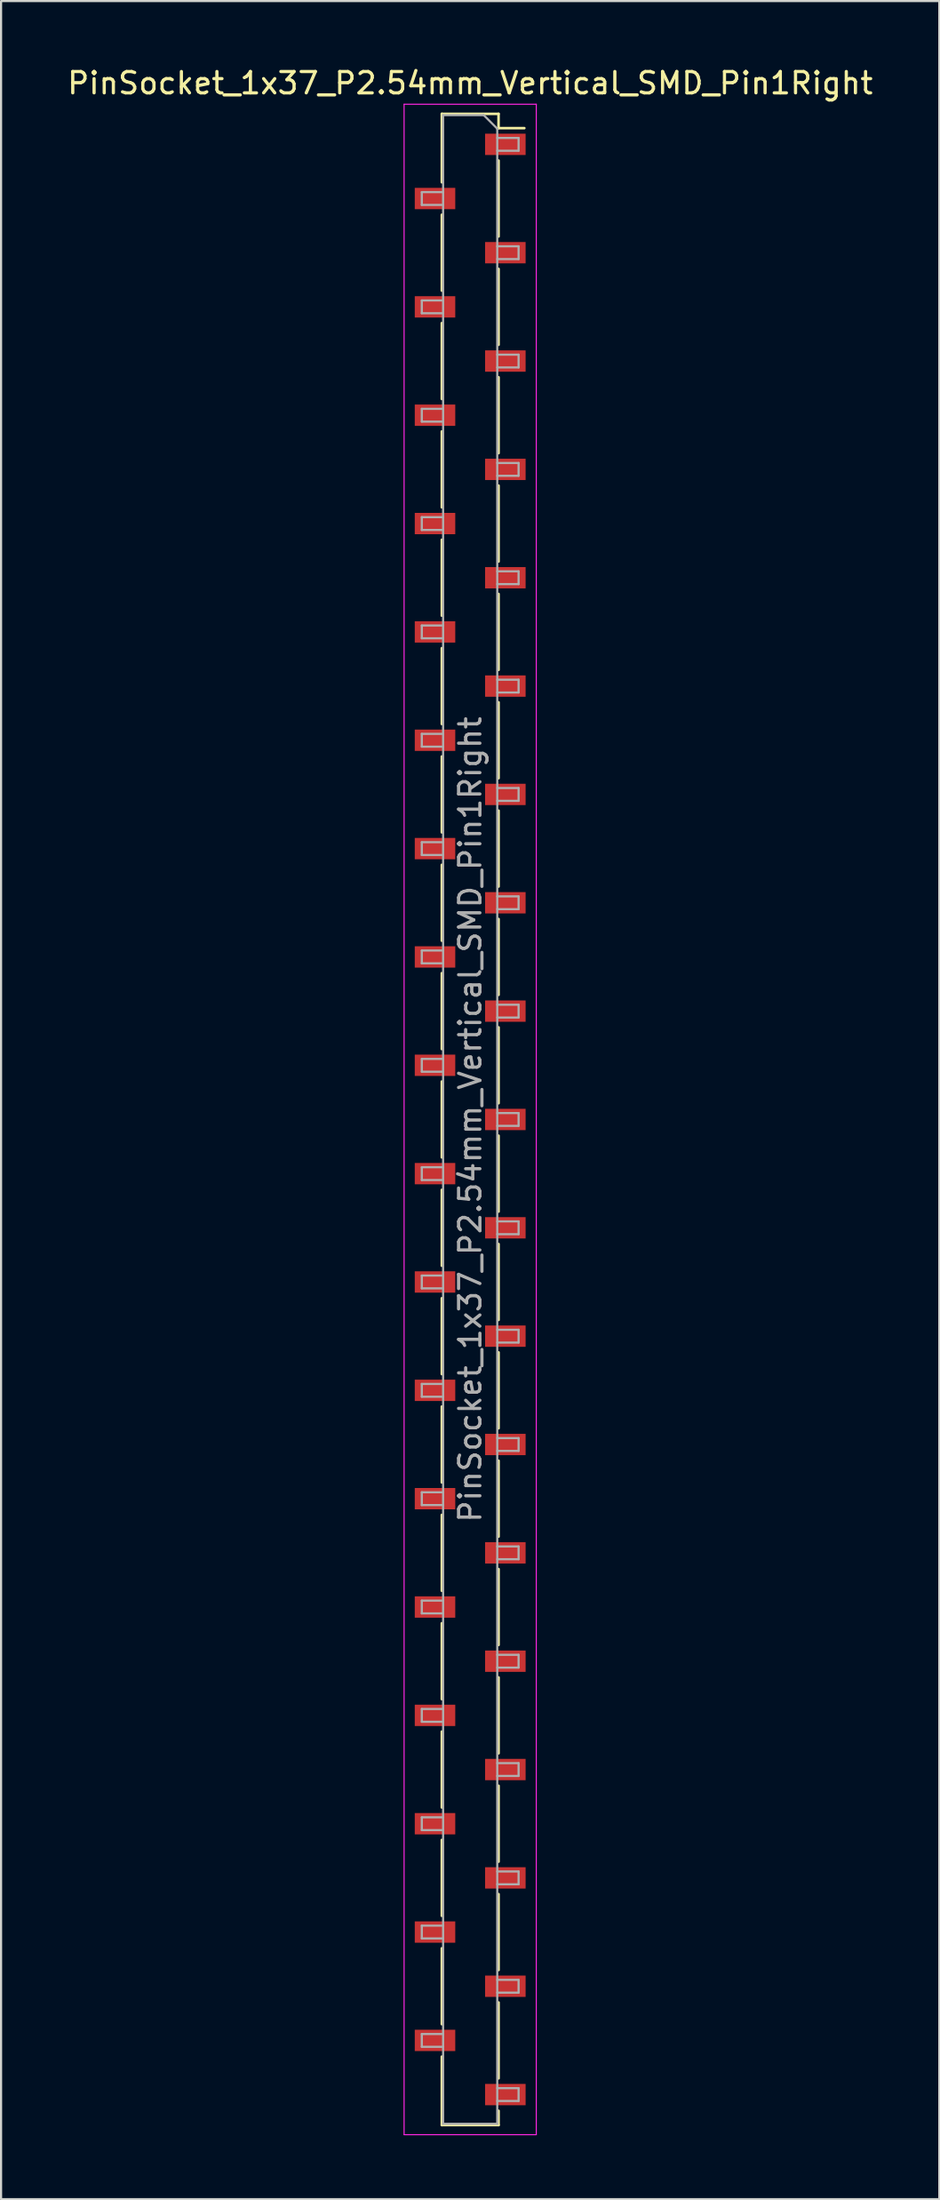
<source format=kicad_pcb>
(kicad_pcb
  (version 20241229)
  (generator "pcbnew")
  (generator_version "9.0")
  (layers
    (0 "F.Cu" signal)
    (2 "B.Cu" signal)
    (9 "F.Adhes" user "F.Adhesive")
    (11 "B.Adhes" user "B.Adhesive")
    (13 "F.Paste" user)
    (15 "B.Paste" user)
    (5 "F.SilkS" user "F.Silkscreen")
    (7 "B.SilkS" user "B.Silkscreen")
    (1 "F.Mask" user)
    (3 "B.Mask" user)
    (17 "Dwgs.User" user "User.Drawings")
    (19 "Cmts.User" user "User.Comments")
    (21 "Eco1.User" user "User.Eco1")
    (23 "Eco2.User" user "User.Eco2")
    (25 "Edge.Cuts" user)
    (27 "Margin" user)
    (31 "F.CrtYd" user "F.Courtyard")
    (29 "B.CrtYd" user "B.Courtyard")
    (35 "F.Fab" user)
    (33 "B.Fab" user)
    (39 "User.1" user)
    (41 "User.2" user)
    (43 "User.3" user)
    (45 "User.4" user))
  (footprint "PinSocket_1x37_P2.54mm_Vertical_SMD_Pin1Right"
    (layer "F.Cu")
    (at 19.006 49.438)
    (property "Reference" "PinSocket_1x37_P2.54mm_Vertical_SMD_Pin1Right" (at 0 -48.59 0) (layer "F.SilkS") (effects (font (size 1 1) (thickness 0.15))))
    (attr smd)
    (fp_line (start -1.33 -47.15) (end -1.33 -43.94) (stroke (width 0.12) (type solid)) (layer "F.SilkS"))
    (fp_line (start -1.33 -47.15) (end 1.33 -47.15) (stroke (width 0.12) (type solid)) (layer "F.SilkS"))
    (fp_line (start -1.33 -42.42) (end -1.33 -38.86) (stroke (width 0.12) (type solid)) (layer "F.SilkS"))
    (fp_line (start -1.33 -37.34) (end -1.33 -33.78) (stroke (width 0.12) (type solid)) (layer "F.SilkS"))
    (fp_line (start -1.33 -32.26) (end -1.33 -28.7) (stroke (width 0.12) (type solid)) (layer "F.SilkS"))
    (fp_line (start -1.33 -27.18) (end -1.33 -23.62) (stroke (width 0.12) (type solid)) (layer "F.SilkS"))
    (fp_line (start -1.33 -22.1) (end -1.33 -18.54) (stroke (width 0.12) (type solid)) (layer "F.SilkS"))
    (fp_line (start -1.33 -17.02) (end -1.33 -13.46) (stroke (width 0.12) (type solid)) (layer "F.SilkS"))
    (fp_line (start -1.33 -11.94) (end -1.33 -8.38) (stroke (width 0.12) (type solid)) (layer "F.SilkS"))
    (fp_line (start -1.33 -6.86) (end -1.33 -3.3) (stroke (width 0.12) (type solid)) (layer "F.SilkS"))
    (fp_line (start -1.33 -1.78) (end -1.33 1.78) (stroke (width 0.12) (type solid)) (layer "F.SilkS"))
    (fp_line (start -1.33 3.3) (end -1.33 6.86) (stroke (width 0.12) (type solid)) (layer "F.SilkS"))
    (fp_line (start -1.33 8.38) (end -1.33 11.94) (stroke (width 0.12) (type solid)) (layer "F.SilkS"))
    (fp_line (start -1.33 13.46) (end -1.33 17.02) (stroke (width 0.12) (type solid)) (layer "F.SilkS"))
    (fp_line (start -1.33 18.54) (end -1.33 22.1) (stroke (width 0.12) (type solid)) (layer "F.SilkS"))
    (fp_line (start -1.33 23.62) (end -1.33 27.18) (stroke (width 0.12) (type solid)) (layer "F.SilkS"))
    (fp_line (start -1.33 28.7) (end -1.33 32.26) (stroke (width 0.12) (type solid)) (layer "F.SilkS"))
    (fp_line (start -1.33 33.78) (end -1.33 37.34) (stroke (width 0.12) (type solid)) (layer "F.SilkS"))
    (fp_line (start -1.33 38.86) (end -1.33 42.42) (stroke (width 0.12) (type solid)) (layer "F.SilkS"))
    (fp_line (start -1.33 43.94) (end -1.33 47.15) (stroke (width 0.12) (type solid)) (layer "F.SilkS"))
    (fp_line (start -1.33 47.15) (end 1.33 47.15) (stroke (width 0.12) (type solid)) (layer "F.SilkS"))
    (fp_line (start 1.33 -47.15) (end 1.33 -46.48) (stroke (width 0.12) (type solid)) (layer "F.SilkS"))
    (fp_line (start 1.33 -46.48) (end 2.54 -46.48) (stroke (width 0.12) (type solid)) (layer "F.SilkS"))
    (fp_line (start 1.33 -44.96) (end 1.33 -41.4) (stroke (width 0.12) (type solid)) (layer "F.SilkS"))
    (fp_line (start 1.33 -39.88) (end 1.33 -36.32) (stroke (width 0.12) (type solid)) (layer "F.SilkS"))
    (fp_line (start 1.33 -34.8) (end 1.33 -31.24) (stroke (width 0.12) (type solid)) (layer "F.SilkS"))
    (fp_line (start 1.33 -29.72) (end 1.33 -26.16) (stroke (width 0.12) (type solid)) (layer "F.SilkS"))
    (fp_line (start 1.33 -24.64) (end 1.33 -21.08) (stroke (width 0.12) (type solid)) (layer "F.SilkS"))
    (fp_line (start 1.33 -19.56) (end 1.33 -16) (stroke (width 0.12) (type solid)) (layer "F.SilkS"))
    (fp_line (start 1.33 -14.48) (end 1.33 -10.92) (stroke (width 0.12) (type solid)) (layer "F.SilkS"))
    (fp_line (start 1.33 -9.4) (end 1.33 -5.84) (stroke (width 0.12) (type solid)) (layer "F.SilkS"))
    (fp_line (start 1.33 -4.32) (end 1.33 -0.76) (stroke (width 0.12) (type solid)) (layer "F.SilkS"))
    (fp_line (start 1.33 0.76) (end 1.33 4.32) (stroke (width 0.12) (type solid)) (layer "F.SilkS"))
    (fp_line (start 1.33 5.84) (end 1.33 9.4) (stroke (width 0.12) (type solid)) (layer "F.SilkS"))
    (fp_line (start 1.33 10.92) (end 1.33 14.48) (stroke (width 0.12) (type solid)) (layer "F.SilkS"))
    (fp_line (start 1.33 16) (end 1.33 19.56) (stroke (width 0.12) (type solid)) (layer "F.SilkS"))
    (fp_line (start 1.33 21.08) (end 1.33 24.64) (stroke (width 0.12) (type solid)) (layer "F.SilkS"))
    (fp_line (start 1.33 26.16) (end 1.33 29.72) (stroke (width 0.12) (type solid)) (layer "F.SilkS"))
    (fp_line (start 1.33 31.24) (end 1.33 34.8) (stroke (width 0.12) (type solid)) (layer "F.SilkS"))
    (fp_line (start 1.33 36.32) (end 1.33 39.88) (stroke (width 0.12) (type solid)) (layer "F.SilkS"))
    (fp_line (start 1.33 41.4) (end 1.33 44.96) (stroke (width 0.12) (type solid)) (layer "F.SilkS"))
    (fp_line (start 1.33 46.48) (end 1.33 47.15) (stroke (width 0.12) (type solid)) (layer "F.SilkS"))
    (fp_line (start -3.1 -47.6) (end 3.1 -47.6) (stroke (width 0.05) (type solid)) (layer "F.CrtYd"))
    (fp_line (start -3.1 47.6) (end -3.1 -47.6) (stroke (width 0.05) (type solid)) (layer "F.CrtYd"))
    (fp_line (start 3.1 -47.6) (end 3.1 47.6) (stroke (width 0.05) (type solid)) (layer "F.CrtYd"))
    (fp_line (start 3.1 47.6) (end -3.1 47.6) (stroke (width 0.05) (type solid)) (layer "F.CrtYd"))
    (fp_line (start -2.27 -43.48) (end -1.27 -43.48) (stroke (width 0.1) (type solid)) (layer "F.Fab"))
    (fp_line (start -2.27 -42.88) (end -2.27 -43.48) (stroke (width 0.1) (type solid)) (layer "F.Fab"))
    (fp_line (start -2.27 -38.4) (end -1.27 -38.4) (stroke (width 0.1) (type solid)) (layer "F.Fab"))
    (fp_line (start -2.27 -37.8) (end -2.27 -38.4) (stroke (width 0.1) (type solid)) (layer "F.Fab"))
    (fp_line (start -2.27 -33.32) (end -1.27 -33.32) (stroke (width 0.1) (type solid)) (layer "F.Fab"))
    (fp_line (start -2.27 -32.72) (end -2.27 -33.32) (stroke (width 0.1) (type solid)) (layer "F.Fab"))
    (fp_line (start -2.27 -28.24) (end -1.27 -28.24) (stroke (width 0.1) (type solid)) (layer "F.Fab"))
    (fp_line (start -2.27 -27.64) (end -2.27 -28.24) (stroke (width 0.1) (type solid)) (layer "F.Fab"))
    (fp_line (start -2.27 -23.16) (end -1.27 -23.16) (stroke (width 0.1) (type solid)) (layer "F.Fab"))
    (fp_line (start -2.27 -22.56) (end -2.27 -23.16) (stroke (width 0.1) (type solid)) (layer "F.Fab"))
    (fp_line (start -2.27 -18.08) (end -1.27 -18.08) (stroke (width 0.1) (type solid)) (layer "F.Fab"))
    (fp_line (start -2.27 -17.48) (end -2.27 -18.08) (stroke (width 0.1) (type solid)) (layer "F.Fab"))
    (fp_line (start -2.27 -13) (end -1.27 -13) (stroke (width 0.1) (type solid)) (layer "F.Fab"))
    (fp_line (start -2.27 -12.4) (end -2.27 -13) (stroke (width 0.1) (type solid)) (layer "F.Fab"))
    (fp_line (start -2.27 -7.92) (end -1.27 -7.92) (stroke (width 0.1) (type solid)) (layer "F.Fab"))
    (fp_line (start -2.27 -7.32) (end -2.27 -7.92) (stroke (width 0.1) (type solid)) (layer "F.Fab"))
    (fp_line (start -2.27 -2.84) (end -1.27 -2.84) (stroke (width 0.1) (type solid)) (layer "F.Fab"))
    (fp_line (start -2.27 -2.24) (end -2.27 -2.84) (stroke (width 0.1) (type solid)) (layer "F.Fab"))
    (fp_line (start -2.27 2.24) (end -1.27 2.24) (stroke (width 0.1) (type solid)) (layer "F.Fab"))
    (fp_line (start -2.27 2.84) (end -2.27 2.24) (stroke (width 0.1) (type solid)) (layer "F.Fab"))
    (fp_line (start -2.27 7.32) (end -1.27 7.32) (stroke (width 0.1) (type solid)) (layer "F.Fab"))
    (fp_line (start -2.27 7.92) (end -2.27 7.32) (stroke (width 0.1) (type solid)) (layer "F.Fab"))
    (fp_line (start -2.27 12.4) (end -1.27 12.4) (stroke (width 0.1) (type solid)) (layer "F.Fab"))
    (fp_line (start -2.27 13) (end -2.27 12.4) (stroke (width 0.1) (type solid)) (layer "F.Fab"))
    (fp_line (start -2.27 17.48) (end -1.27 17.48) (stroke (width 0.1) (type solid)) (layer "F.Fab"))
    (fp_line (start -2.27 18.08) (end -2.27 17.48) (stroke (width 0.1) (type solid)) (layer "F.Fab"))
    (fp_line (start -2.27 22.56) (end -1.27 22.56) (stroke (width 0.1) (type solid)) (layer "F.Fab"))
    (fp_line (start -2.27 23.16) (end -2.27 22.56) (stroke (width 0.1) (type solid)) (layer "F.Fab"))
    (fp_line (start -2.27 27.64) (end -1.27 27.64) (stroke (width 0.1) (type solid)) (layer "F.Fab"))
    (fp_line (start -2.27 28.24) (end -2.27 27.64) (stroke (width 0.1) (type solid)) (layer "F.Fab"))
    (fp_line (start -2.27 32.72) (end -1.27 32.72) (stroke (width 0.1) (type solid)) (layer "F.Fab"))
    (fp_line (start -2.27 33.32) (end -2.27 32.72) (stroke (width 0.1) (type solid)) (layer "F.Fab"))
    (fp_line (start -2.27 37.8) (end -1.27 37.8) (stroke (width 0.1) (type solid)) (layer "F.Fab"))
    (fp_line (start -2.27 38.4) (end -2.27 37.8) (stroke (width 0.1) (type solid)) (layer "F.Fab"))
    (fp_line (start -2.27 42.88) (end -1.27 42.88) (stroke (width 0.1) (type solid)) (layer "F.Fab"))
    (fp_line (start -2.27 43.48) (end -2.27 42.88) (stroke (width 0.1) (type solid)) (layer "F.Fab"))
    (fp_line (start -1.27 -47.09) (end 0.635 -47.09) (stroke (width 0.1) (type solid)) (layer "F.Fab"))
    (fp_line (start -1.27 -42.88) (end -2.27 -42.88) (stroke (width 0.1) (type solid)) (layer "F.Fab"))
    (fp_line (start -1.27 -37.8) (end -2.27 -37.8) (stroke (width 0.1) (type solid)) (layer "F.Fab"))
    (fp_line (start -1.27 -32.72) (end -2.27 -32.72) (stroke (width 0.1) (type solid)) (layer "F.Fab"))
    (fp_line (start -1.27 -27.64) (end -2.27 -27.64) (stroke (width 0.1) (type solid)) (layer "F.Fab"))
    (fp_line (start -1.27 -22.56) (end -2.27 -22.56) (stroke (width 0.1) (type solid)) (layer "F.Fab"))
    (fp_line (start -1.27 -17.48) (end -2.27 -17.48) (stroke (width 0.1) (type solid)) (layer "F.Fab"))
    (fp_line (start -1.27 -12.4) (end -2.27 -12.4) (stroke (width 0.1) (type solid)) (layer "F.Fab"))
    (fp_line (start -1.27 -7.32) (end -2.27 -7.32) (stroke (width 0.1) (type solid)) (layer "F.Fab"))
    (fp_line (start -1.27 -2.24) (end -2.27 -2.24) (stroke (width 0.1) (type solid)) (layer "F.Fab"))
    (fp_line (start -1.27 2.84) (end -2.27 2.84) (stroke (width 0.1) (type solid)) (layer "F.Fab"))
    (fp_line (start -1.27 7.92) (end -2.27 7.92) (stroke (width 0.1) (type solid)) (layer "F.Fab"))
    (fp_line (start -1.27 13) (end -2.27 13) (stroke (width 0.1) (type solid)) (layer "F.Fab"))
    (fp_line (start -1.27 18.08) (end -2.27 18.08) (stroke (width 0.1) (type solid)) (layer "F.Fab"))
    (fp_line (start -1.27 23.16) (end -2.27 23.16) (stroke (width 0.1) (type solid)) (layer "F.Fab"))
    (fp_line (start -1.27 28.24) (end -2.27 28.24) (stroke (width 0.1) (type solid)) (layer "F.Fab"))
    (fp_line (start -1.27 33.32) (end -2.27 33.32) (stroke (width 0.1) (type solid)) (layer "F.Fab"))
    (fp_line (start -1.27 38.4) (end -2.27 38.4) (stroke (width 0.1) (type solid)) (layer "F.Fab"))
    (fp_line (start -1.27 43.48) (end -2.27 43.48) (stroke (width 0.1) (type solid)) (layer "F.Fab"))
    (fp_line (start -1.27 47.09) (end -1.27 -47.09) (stroke (width 0.1) (type solid)) (layer "F.Fab"))
    (fp_line (start 0.635 -47.09) (end 1.27 -46.455) (stroke (width 0.1) (type solid)) (layer "F.Fab"))
    (fp_line (start 1.27 -46.455) (end 1.27 47.09) (stroke (width 0.1) (type solid)) (layer "F.Fab"))
    (fp_line (start 1.27 -46.02) (end 2.27 -46.02) (stroke (width 0.1) (type solid)) (layer "F.Fab"))
    (fp_line (start 1.27 -40.94) (end 2.27 -40.94) (stroke (width 0.1) (type solid)) (layer "F.Fab"))
    (fp_line (start 1.27 -35.86) (end 2.27 -35.86) (stroke (width 0.1) (type solid)) (layer "F.Fab"))
    (fp_line (start 1.27 -30.78) (end 2.27 -30.78) (stroke (width 0.1) (type solid)) (layer "F.Fab"))
    (fp_line (start 1.27 -25.7) (end 2.27 -25.7) (stroke (width 0.1) (type solid)) (layer "F.Fab"))
    (fp_line (start 1.27 -20.62) (end 2.27 -20.62) (stroke (width 0.1) (type solid)) (layer "F.Fab"))
    (fp_line (start 1.27 -15.54) (end 2.27 -15.54) (stroke (width 0.1) (type solid)) (layer "F.Fab"))
    (fp_line (start 1.27 -10.46) (end 2.27 -10.46) (stroke (width 0.1) (type solid)) (layer "F.Fab"))
    (fp_line (start 1.27 -5.38) (end 2.27 -5.38) (stroke (width 0.1) (type solid)) (layer "F.Fab"))
    (fp_line (start 1.27 -0.3) (end 2.27 -0.3) (stroke (width 0.1) (type solid)) (layer "F.Fab"))
    (fp_line (start 1.27 4.78) (end 2.27 4.78) (stroke (width 0.1) (type solid)) (layer "F.Fab"))
    (fp_line (start 1.27 9.86) (end 2.27 9.86) (stroke (width 0.1) (type solid)) (layer "F.Fab"))
    (fp_line (start 1.27 14.94) (end 2.27 14.94) (stroke (width 0.1) (type solid)) (layer "F.Fab"))
    (fp_line (start 1.27 20.02) (end 2.27 20.02) (stroke (width 0.1) (type solid)) (layer "F.Fab"))
    (fp_line (start 1.27 25.1) (end 2.27 25.1) (stroke (width 0.1) (type solid)) (layer "F.Fab"))
    (fp_line (start 1.27 30.18) (end 2.27 30.18) (stroke (width 0.1) (type solid)) (layer "F.Fab"))
    (fp_line (start 1.27 35.26) (end 2.27 35.26) (stroke (width 0.1) (type solid)) (layer "F.Fab"))
    (fp_line (start 1.27 40.34) (end 2.27 40.34) (stroke (width 0.1) (type solid)) (layer "F.Fab"))
    (fp_line (start 1.27 45.42) (end 2.27 45.42) (stroke (width 0.1) (type solid)) (layer "F.Fab"))
    (fp_line (start 1.27 47.09) (end -1.27 47.09) (stroke (width 0.1) (type solid)) (layer "F.Fab"))
    (fp_line (start 2.27 -46.02) (end 2.27 -45.42) (stroke (width 0.1) (type solid)) (layer "F.Fab"))
    (fp_line (start 2.27 -45.42) (end 1.27 -45.42) (stroke (width 0.1) (type solid)) (layer "F.Fab"))
    (fp_line (start 2.27 -40.94) (end 2.27 -40.34) (stroke (width 0.1) (type solid)) (layer "F.Fab"))
    (fp_line (start 2.27 -40.34) (end 1.27 -40.34) (stroke (width 0.1) (type solid)) (layer "F.Fab"))
    (fp_line (start 2.27 -35.86) (end 2.27 -35.26) (stroke (width 0.1) (type solid)) (layer "F.Fab"))
    (fp_line (start 2.27 -35.26) (end 1.27 -35.26) (stroke (width 0.1) (type solid)) (layer "F.Fab"))
    (fp_line (start 2.27 -30.78) (end 2.27 -30.18) (stroke (width 0.1) (type solid)) (layer "F.Fab"))
    (fp_line (start 2.27 -30.18) (end 1.27 -30.18) (stroke (width 0.1) (type solid)) (layer "F.Fab"))
    (fp_line (start 2.27 -25.7) (end 2.27 -25.1) (stroke (width 0.1) (type solid)) (layer "F.Fab"))
    (fp_line (start 2.27 -25.1) (end 1.27 -25.1) (stroke (width 0.1) (type solid)) (layer "F.Fab"))
    (fp_line (start 2.27 -20.62) (end 2.27 -20.02) (stroke (width 0.1) (type solid)) (layer "F.Fab"))
    (fp_line (start 2.27 -20.02) (end 1.27 -20.02) (stroke (width 0.1) (type solid)) (layer "F.Fab"))
    (fp_line (start 2.27 -15.54) (end 2.27 -14.94) (stroke (width 0.1) (type solid)) (layer "F.Fab"))
    (fp_line (start 2.27 -14.94) (end 1.27 -14.94) (stroke (width 0.1) (type solid)) (layer "F.Fab"))
    (fp_line (start 2.27 -10.46) (end 2.27 -9.86) (stroke (width 0.1) (type solid)) (layer "F.Fab"))
    (fp_line (start 2.27 -9.86) (end 1.27 -9.86) (stroke (width 0.1) (type solid)) (layer "F.Fab"))
    (fp_line (start 2.27 -5.38) (end 2.27 -4.78) (stroke (width 0.1) (type solid)) (layer "F.Fab"))
    (fp_line (start 2.27 -4.78) (end 1.27 -4.78) (stroke (width 0.1) (type solid)) (layer "F.Fab"))
    (fp_line (start 2.27 -0.3) (end 2.27 0.3) (stroke (width 0.1) (type solid)) (layer "F.Fab"))
    (fp_line (start 2.27 0.3) (end 1.27 0.3) (stroke (width 0.1) (type solid)) (layer "F.Fab"))
    (fp_line (start 2.27 4.78) (end 2.27 5.38) (stroke (width 0.1) (type solid)) (layer "F.Fab"))
    (fp_line (start 2.27 5.38) (end 1.27 5.38) (stroke (width 0.1) (type solid)) (layer "F.Fab"))
    (fp_line (start 2.27 9.86) (end 2.27 10.46) (stroke (width 0.1) (type solid)) (layer "F.Fab"))
    (fp_line (start 2.27 10.46) (end 1.27 10.46) (stroke (width 0.1) (type solid)) (layer "F.Fab"))
    (fp_line (start 2.27 14.94) (end 2.27 15.54) (stroke (width 0.1) (type solid)) (layer "F.Fab"))
    (fp_line (start 2.27 15.54) (end 1.27 15.54) (stroke (width 0.1) (type solid)) (layer "F.Fab"))
    (fp_line (start 2.27 20.02) (end 2.27 20.62) (stroke (width 0.1) (type solid)) (layer "F.Fab"))
    (fp_line (start 2.27 20.62) (end 1.27 20.62) (stroke (width 0.1) (type solid)) (layer "F.Fab"))
    (fp_line (start 2.27 25.1) (end 2.27 25.7) (stroke (width 0.1) (type solid)) (layer "F.Fab"))
    (fp_line (start 2.27 25.7) (end 1.27 25.7) (stroke (width 0.1) (type solid)) (layer "F.Fab"))
    (fp_line (start 2.27 30.18) (end 2.27 30.78) (stroke (width 0.1) (type solid)) (layer "F.Fab"))
    (fp_line (start 2.27 30.78) (end 1.27 30.78) (stroke (width 0.1) (type solid)) (layer "F.Fab"))
    (fp_line (start 2.27 35.26) (end 2.27 35.86) (stroke (width 0.1) (type solid)) (layer "F.Fab"))
    (fp_line (start 2.27 35.86) (end 1.27 35.86) (stroke (width 0.1) (type solid)) (layer "F.Fab"))
    (fp_line (start 2.27 40.34) (end 2.27 40.94) (stroke (width 0.1) (type solid)) (layer "F.Fab"))
    (fp_line (start 2.27 40.94) (end 1.27 40.94) (stroke (width 0.1) (type solid)) (layer "F.Fab"))
    (fp_line (start 2.27 45.42) (end 2.27 46.02) (stroke (width 0.1) (type solid)) (layer "F.Fab"))
    (fp_line (start 2.27 46.02) (end 1.27 46.02) (stroke (width 0.1) (type solid)) (layer "F.Fab"))
    (fp_text user "${REFERENCE}" (at 0 0 90) (layer "F.Fab") (effects (font (size 1 1) (thickness 0.15))))
    (pad "1" smd rect (at 1.65 -45.72) (size 1.9 1) (layers "F.Cu" "F.Mask" "F.Paste"))
    (pad "2" smd rect (at -1.65 -43.18) (size 1.9 1) (layers "F.Cu" "F.Mask" "F.Paste"))
    (pad "3" smd rect (at 1.65 -40.64) (size 1.9 1) (layers "F.Cu" "F.Mask" "F.Paste"))
    (pad "4" smd rect (at -1.65 -38.1) (size 1.9 1) (layers "F.Cu" "F.Mask" "F.Paste"))
    (pad "5" smd rect (at 1.65 -35.56) (size 1.9 1) (layers "F.Cu" "F.Mask" "F.Paste"))
    (pad "6" smd rect (at -1.65 -33.02) (size 1.9 1) (layers "F.Cu" "F.Mask" "F.Paste"))
    (pad "7" smd rect (at 1.65 -30.48) (size 1.9 1) (layers "F.Cu" "F.Mask" "F.Paste"))
    (pad "8" smd rect (at -1.65 -27.94) (size 1.9 1) (layers "F.Cu" "F.Mask" "F.Paste"))
    (pad "9" smd rect (at 1.65 -25.4) (size 1.9 1) (layers "F.Cu" "F.Mask" "F.Paste"))
    (pad "10" smd rect (at -1.65 -22.86) (size 1.9 1) (layers "F.Cu" "F.Mask" "F.Paste"))
    (pad "11" smd rect (at 1.65 -20.32) (size 1.9 1) (layers "F.Cu" "F.Mask" "F.Paste"))
    (pad "12" smd rect (at -1.65 -17.78) (size 1.9 1) (layers "F.Cu" "F.Mask" "F.Paste"))
    (pad "13" smd rect (at 1.65 -15.24) (size 1.9 1) (layers "F.Cu" "F.Mask" "F.Paste"))
    (pad "14" smd rect (at -1.65 -12.7) (size 1.9 1) (layers "F.Cu" "F.Mask" "F.Paste"))
    (pad "15" smd rect (at 1.65 -10.16) (size 1.9 1) (layers "F.Cu" "F.Mask" "F.Paste"))
    (pad "16" smd rect (at -1.65 -7.62) (size 1.9 1) (layers "F.Cu" "F.Mask" "F.Paste"))
    (pad "17" smd rect (at 1.65 -5.08) (size 1.9 1) (layers "F.Cu" "F.Mask" "F.Paste"))
    (pad "18" smd rect (at -1.65 -2.54) (size 1.9 1) (layers "F.Cu" "F.Mask" "F.Paste"))
    (pad "19" smd rect (at 1.65 0) (size 1.9 1) (layers "F.Cu" "F.Mask" "F.Paste"))
    (pad "20" smd rect (at -1.65 2.54) (size 1.9 1) (layers "F.Cu" "F.Mask" "F.Paste"))
    (pad "21" smd rect (at 1.65 5.08) (size 1.9 1) (layers "F.Cu" "F.Mask" "F.Paste"))
    (pad "22" smd rect (at -1.65 7.62) (size 1.9 1) (layers "F.Cu" "F.Mask" "F.Paste"))
    (pad "23" smd rect (at 1.65 10.16) (size 1.9 1) (layers "F.Cu" "F.Mask" "F.Paste"))
    (pad "24" smd rect (at -1.65 12.7) (size 1.9 1) (layers "F.Cu" "F.Mask" "F.Paste"))
    (pad "25" smd rect (at 1.65 15.24) (size 1.9 1) (layers "F.Cu" "F.Mask" "F.Paste"))
    (pad "26" smd rect (at -1.65 17.78) (size 1.9 1) (layers "F.Cu" "F.Mask" "F.Paste"))
    (pad "27" smd rect (at 1.65 20.32) (size 1.9 1) (layers "F.Cu" "F.Mask" "F.Paste"))
    (pad "28" smd rect (at -1.65 22.86) (size 1.9 1) (layers "F.Cu" "F.Mask" "F.Paste"))
    (pad "29" smd rect (at 1.65 25.4) (size 1.9 1) (layers "F.Cu" "F.Mask" "F.Paste"))
    (pad "30" smd rect (at -1.65 27.94) (size 1.9 1) (layers "F.Cu" "F.Mask" "F.Paste"))
    (pad "31" smd rect (at 1.65 30.48) (size 1.9 1) (layers "F.Cu" "F.Mask" "F.Paste"))
    (pad "32" smd rect (at -1.65 33.02) (size 1.9 1) (layers "F.Cu" "F.Mask" "F.Paste"))
    (pad "33" smd rect (at 1.65 35.56) (size 1.9 1) (layers "F.Cu" "F.Mask" "F.Paste"))
    (pad "34" smd rect (at -1.65 38.1) (size 1.9 1) (layers "F.Cu" "F.Mask" "F.Paste"))
    (pad "35" smd rect (at 1.65 40.64) (size 1.9 1) (layers "F.Cu" "F.Mask" "F.Paste"))
    (pad "36" smd rect (at -1.65 43.18) (size 1.9 1) (layers "F.Cu" "F.Mask" "F.Paste"))
    (pad "37" smd rect (at 1.65 45.72) (size 1.9 1) (layers "F.Cu" "F.Mask" "F.Paste")))
  (gr_rect
    (start -3 -3)
    (end 41.012 100.063)
    (stroke (width 0.1) (type default))
    (fill no)
    (layer "Edge.Cuts")))
</source>
